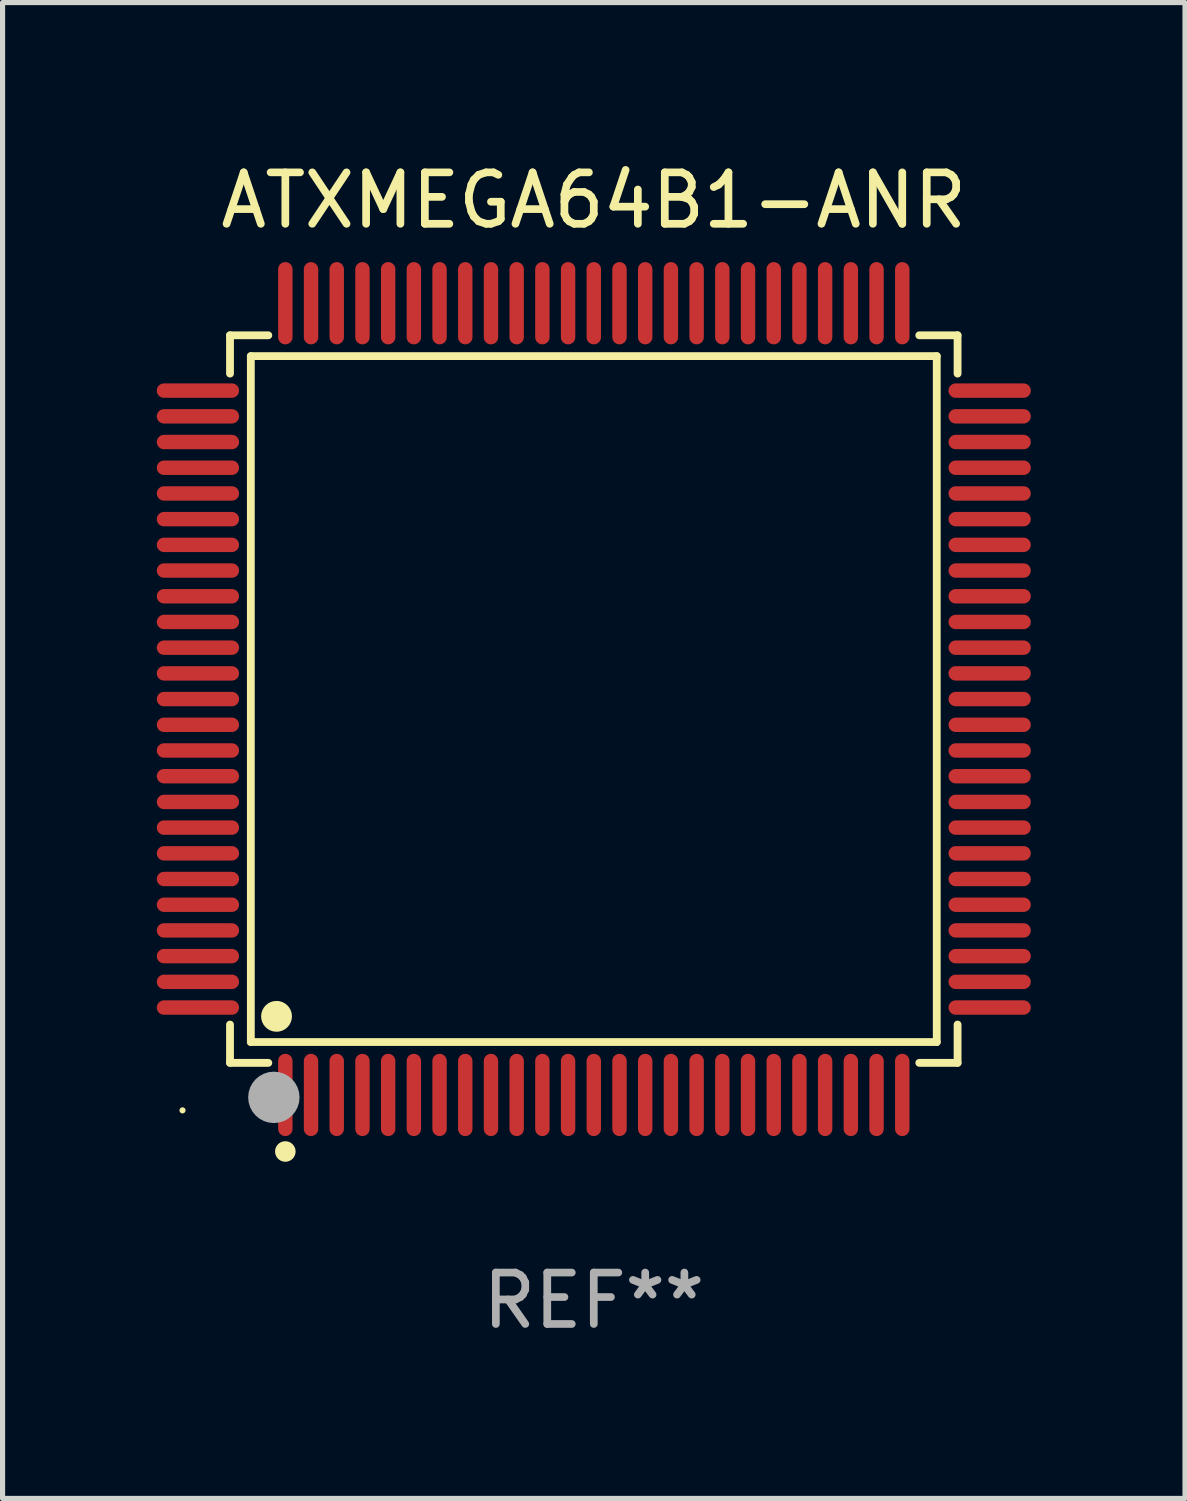
<source format=kicad_pcb>
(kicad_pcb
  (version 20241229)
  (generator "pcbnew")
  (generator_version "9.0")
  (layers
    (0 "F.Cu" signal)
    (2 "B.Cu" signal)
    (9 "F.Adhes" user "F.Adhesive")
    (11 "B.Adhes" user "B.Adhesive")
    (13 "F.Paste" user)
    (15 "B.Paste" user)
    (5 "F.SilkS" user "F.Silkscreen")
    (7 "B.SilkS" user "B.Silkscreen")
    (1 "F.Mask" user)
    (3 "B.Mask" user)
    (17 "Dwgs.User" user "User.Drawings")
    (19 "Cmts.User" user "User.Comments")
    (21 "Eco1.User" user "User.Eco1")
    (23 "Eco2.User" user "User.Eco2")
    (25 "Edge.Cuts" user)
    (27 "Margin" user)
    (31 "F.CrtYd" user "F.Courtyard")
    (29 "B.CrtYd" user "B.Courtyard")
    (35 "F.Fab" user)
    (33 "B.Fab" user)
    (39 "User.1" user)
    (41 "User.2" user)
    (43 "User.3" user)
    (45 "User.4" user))
  (footprint "ATXMEGA64B1-ANR"
    (layer "F.Cu")
    (at 8.5 10.548)
    (property "Reference" "ATXMEGA64B1-ANR" (at 0 -9.7 0) (layer "F.SilkS") (effects (font (size 1 1) (thickness 0.15))))
    (attr through_hole)
    (fp_line (start -7.076 -7.076) (end -6.331 -7.076) (stroke (width 0.152) (type solid)) (layer "F.SilkS"))
    (fp_line (start -7.076 -6.331) (end -7.076 -7.076) (stroke (width 0.152) (type solid)) (layer "F.SilkS"))
    (fp_line (start -7.076 6.331) (end -7.076 7.076) (stroke (width 0.152) (type solid)) (layer "F.SilkS"))
    (fp_line (start -7.076 7.076) (end -6.331 7.076) (stroke (width 0.152) (type solid)) (layer "F.SilkS"))
    (fp_line (start -6.671 -6.671) (end 6.671 -6.671) (stroke (width 0.152) (type solid)) (layer "F.SilkS"))
    (fp_line (start -6.671 6.671) (end -6.671 -6.671) (stroke (width 0.152) (type solid)) (layer "F.SilkS"))
    (fp_line (start 6.671 -6.671) (end 6.671 6.671) (stroke (width 0.152) (type solid)) (layer "F.SilkS"))
    (fp_line (start 6.671 6.671) (end -6.671 6.671) (stroke (width 0.152) (type solid)) (layer "F.SilkS"))
    (fp_line (start 7.076 -7.076) (end 6.331 -7.076) (stroke (width 0.152) (type solid)) (layer "F.SilkS"))
    (fp_line (start 7.076 -6.331) (end 7.076 -7.076) (stroke (width 0.152) (type solid)) (layer "F.SilkS"))
    (fp_line (start 7.076 6.331) (end 7.076 7.076) (stroke (width 0.152) (type solid)) (layer "F.SilkS"))
    (fp_line (start 7.076 7.076) (end 6.331 7.076) (stroke (width 0.152) (type solid)) (layer "F.SilkS"))
    (fp_circle (center -8 8) (end -7.97 8) (stroke (width 0.06) (type solid)) (fill no) (layer "F.SilkS"))
    (fp_circle (center -6.171 6.171) (end -6.021 6.171) (stroke (width 0.3) (type solid)) (fill no) (layer "F.SilkS"))
    (fp_circle (center -6 8.8) (end -5.9 8.8) (stroke (width 0.2) (type solid)) (fill no) (layer "F.SilkS"))
    (fp_circle (center -6.223 7.747) (end -5.973 7.747) (stroke (width 0.5) (type solid)) (fill no) (layer "F.Fab"))
    (fp_text user "REF**" (at 0 11.7 0) (layer "F.Fab") (effects (font (size 1 1) (thickness 0.15))))
    (pad "1" smd oval (at -6 7.7) (size 0.28 1.6) (layers "F.Cu" "F.Mask" "F.Paste"))
    (pad "2" smd oval (at -5.5 7.7) (size 0.28 1.6) (layers "F.Cu" "F.Mask" "F.Paste"))
    (pad "3" smd oval (at -5 7.7) (size 0.28 1.6) (layers "F.Cu" "F.Mask" "F.Paste"))
    (pad "4" smd oval (at -4.5 7.7) (size 0.28 1.6) (layers "F.Cu" "F.Mask" "F.Paste"))
    (pad "5" smd oval (at -4 7.7) (size 0.28 1.6) (layers "F.Cu" "F.Mask" "F.Paste"))
    (pad "6" smd oval (at -3.5 7.7) (size 0.28 1.6) (layers "F.Cu" "F.Mask" "F.Paste"))
    (pad "7" smd oval (at -3 7.7) (size 0.28 1.6) (layers "F.Cu" "F.Mask" "F.Paste"))
    (pad "8" smd oval (at -2.5 7.7) (size 0.28 1.6) (layers "F.Cu" "F.Mask" "F.Paste"))
    (pad "9" smd oval (at -2 7.7) (size 0.28 1.6) (layers "F.Cu" "F.Mask" "F.Paste"))
    (pad "10" smd oval (at -1.5 7.7) (size 0.28 1.6) (layers "F.Cu" "F.Mask" "F.Paste"))
    (pad "11" smd oval (at -1 7.7) (size 0.28 1.6) (layers "F.Cu" "F.Mask" "F.Paste"))
    (pad "12" smd oval (at -0.5 7.7) (size 0.28 1.6) (layers "F.Cu" "F.Mask" "F.Paste"))
    (pad "13" smd oval (at 0 7.7) (size 0.28 1.6) (layers "F.Cu" "F.Mask" "F.Paste"))
    (pad "14" smd oval (at 0.5 7.7) (size 0.28 1.6) (layers "F.Cu" "F.Mask" "F.Paste"))
    (pad "15" smd oval (at 1 7.7) (size 0.28 1.6) (layers "F.Cu" "F.Mask" "F.Paste"))
    (pad "16" smd oval (at 1.5 7.7) (size 0.28 1.6) (layers "F.Cu" "F.Mask" "F.Paste"))
    (pad "17" smd oval (at 2 7.7) (size 0.28 1.6) (layers "F.Cu" "F.Mask" "F.Paste"))
    (pad "18" smd oval (at 2.5 7.7) (size 0.28 1.6) (layers "F.Cu" "F.Mask" "F.Paste"))
    (pad "19" smd oval (at 3 7.7) (size 0.28 1.6) (layers "F.Cu" "F.Mask" "F.Paste"))
    (pad "20" smd oval (at 3.5 7.7) (size 0.28 1.6) (layers "F.Cu" "F.Mask" "F.Paste"))
    (pad "21" smd oval (at 4 7.7) (size 0.28 1.6) (layers "F.Cu" "F.Mask" "F.Paste"))
    (pad "22" smd oval (at 4.5 7.7) (size 0.28 1.6) (layers "F.Cu" "F.Mask" "F.Paste"))
    (pad "23" smd oval (at 5 7.7) (size 0.28 1.6) (layers "F.Cu" "F.Mask" "F.Paste"))
    (pad "24" smd oval (at 5.5 7.7) (size 0.28 1.6) (layers "F.Cu" "F.Mask" "F.Paste"))
    (pad "25" smd oval (at 6 7.7) (size 0.28 1.6) (layers "F.Cu" "F.Mask" "F.Paste"))
    (pad "26" smd oval (at 7.7 6) (size 1.6 0.28) (layers "F.Cu" "F.Mask" "F.Paste"))
    (pad "27" smd oval (at 7.7 5.5) (size 1.6 0.28) (layers "F.Cu" "F.Mask" "F.Paste"))
    (pad "28" smd oval (at 7.7 5) (size 1.6 0.28) (layers "F.Cu" "F.Mask" "F.Paste"))
    (pad "29" smd oval (at 7.7 4.5) (size 1.6 0.28) (layers "F.Cu" "F.Mask" "F.Paste"))
    (pad "30" smd oval (at 7.7 4) (size 1.6 0.28) (layers "F.Cu" "F.Mask" "F.Paste"))
    (pad "31" smd oval (at 7.7 3.5) (size 1.6 0.28) (layers "F.Cu" "F.Mask" "F.Paste"))
    (pad "32" smd oval (at 7.7 3) (size 1.6 0.28) (layers "F.Cu" "F.Mask" "F.Paste"))
    (pad "33" smd oval (at 7.7 2.5) (size 1.6 0.28) (layers "F.Cu" "F.Mask" "F.Paste"))
    (pad "34" smd oval (at 7.7 2) (size 1.6 0.28) (layers "F.Cu" "F.Mask" "F.Paste"))
    (pad "35" smd oval (at 7.7 1.5) (size 1.6 0.28) (layers "F.Cu" "F.Mask" "F.Paste"))
    (pad "36" smd oval (at 7.7 1) (size 1.6 0.28) (layers "F.Cu" "F.Mask" "F.Paste"))
    (pad "37" smd oval (at 7.7 0.5) (size 1.6 0.28) (layers "F.Cu" "F.Mask" "F.Paste"))
    (pad "38" smd oval (at 7.7 0) (size 1.6 0.28) (layers "F.Cu" "F.Mask" "F.Paste"))
    (pad "39" smd oval (at 7.7 -0.5) (size 1.6 0.28) (layers "F.Cu" "F.Mask" "F.Paste"))
    (pad "40" smd oval (at 7.7 -1) (size 1.6 0.28) (layers "F.Cu" "F.Mask" "F.Paste"))
    (pad "41" smd oval (at 7.7 -1.5) (size 1.6 0.28) (layers "F.Cu" "F.Mask" "F.Paste"))
    (pad "42" smd oval (at 7.7 -2) (size 1.6 0.28) (layers "F.Cu" "F.Mask" "F.Paste"))
    (pad "43" smd oval (at 7.7 -2.5) (size 1.6 0.28) (layers "F.Cu" "F.Mask" "F.Paste"))
    (pad "44" smd oval (at 7.7 -3) (size 1.6 0.28) (layers "F.Cu" "F.Mask" "F.Paste"))
    (pad "45" smd oval (at 7.7 -3.5) (size 1.6 0.28) (layers "F.Cu" "F.Mask" "F.Paste"))
    (pad "46" smd oval (at 7.7 -4) (size 1.6 0.28) (layers "F.Cu" "F.Mask" "F.Paste"))
    (pad "47" smd oval (at 7.7 -4.5) (size 1.6 0.28) (layers "F.Cu" "F.Mask" "F.Paste"))
    (pad "48" smd oval (at 7.7 -5) (size 1.6 0.28) (layers "F.Cu" "F.Mask" "F.Paste"))
    (pad "49" smd oval (at 7.7 -5.5) (size 1.6 0.28) (layers "F.Cu" "F.Mask" "F.Paste"))
    (pad "50" smd oval (at 7.7 -6) (size 1.6 0.28) (layers "F.Cu" "F.Mask" "F.Paste"))
    (pad "51" smd oval (at 6 -7.7) (size 0.28 1.6) (layers "F.Cu" "F.Mask" "F.Paste"))
    (pad "52" smd oval (at 5.5 -7.7) (size 0.28 1.6) (layers "F.Cu" "F.Mask" "F.Paste"))
    (pad "53" smd oval (at 5 -7.7) (size 0.28 1.6) (layers "F.Cu" "F.Mask" "F.Paste"))
    (pad "54" smd oval (at 4.5 -7.7) (size 0.28 1.6) (layers "F.Cu" "F.Mask" "F.Paste"))
    (pad "55" smd oval (at 4 -7.7) (size 0.28 1.6) (layers "F.Cu" "F.Mask" "F.Paste"))
    (pad "56" smd oval (at 3.5 -7.7) (size 0.28 1.6) (layers "F.Cu" "F.Mask" "F.Paste"))
    (pad "57" smd oval (at 3 -7.7) (size 0.28 1.6) (layers "F.Cu" "F.Mask" "F.Paste"))
    (pad "58" smd oval (at 2.5 -7.7) (size 0.28 1.6) (layers "F.Cu" "F.Mask" "F.Paste"))
    (pad "59" smd oval (at 2 -7.7) (size 0.28 1.6) (layers "F.Cu" "F.Mask" "F.Paste"))
    (pad "60" smd oval (at 1.5 -7.7) (size 0.28 1.6) (layers "F.Cu" "F.Mask" "F.Paste"))
    (pad "61" smd oval (at 1 -7.7) (size 0.28 1.6) (layers "F.Cu" "F.Mask" "F.Paste"))
    (pad "62" smd oval (at 0.5 -7.7) (size 0.28 1.6) (layers "F.Cu" "F.Mask" "F.Paste"))
    (pad "63" smd oval (at 0 -7.7) (size 0.28 1.6) (layers "F.Cu" "F.Mask" "F.Paste"))
    (pad "64" smd oval (at -0.5 -7.7) (size 0.28 1.6) (layers "F.Cu" "F.Mask" "F.Paste"))
    (pad "65" smd oval (at -1 -7.7) (size 0.28 1.6) (layers "F.Cu" "F.Mask" "F.Paste"))
    (pad "66" smd oval (at -1.5 -7.7) (size 0.28 1.6) (layers "F.Cu" "F.Mask" "F.Paste"))
    (pad "67" smd oval (at -2 -7.7) (size 0.28 1.6) (layers "F.Cu" "F.Mask" "F.Paste"))
    (pad "68" smd oval (at -2.5 -7.7) (size 0.28 1.6) (layers "F.Cu" "F.Mask" "F.Paste"))
    (pad "69" smd oval (at -3 -7.7) (size 0.28 1.6) (layers "F.Cu" "F.Mask" "F.Paste"))
    (pad "70" smd oval (at -3.5 -7.7) (size 0.28 1.6) (layers "F.Cu" "F.Mask" "F.Paste"))
    (pad "71" smd oval (at -4 -7.7) (size 0.28 1.6) (layers "F.Cu" "F.Mask" "F.Paste"))
    (pad "72" smd oval (at -4.5 -7.7) (size 0.28 1.6) (layers "F.Cu" "F.Mask" "F.Paste"))
    (pad "73" smd oval (at -5 -7.7) (size 0.28 1.6) (layers "F.Cu" "F.Mask" "F.Paste"))
    (pad "74" smd oval (at -5.5 -7.7) (size 0.28 1.6) (layers "F.Cu" "F.Mask" "F.Paste"))
    (pad "75" smd oval (at -6 -7.7) (size 0.28 1.6) (layers "F.Cu" "F.Mask" "F.Paste"))
    (pad "76" smd oval (at -7.7 -6) (size 1.6 0.28) (layers "F.Cu" "F.Mask" "F.Paste"))
    (pad "77" smd oval (at -7.7 -5.5) (size 1.6 0.28) (layers "F.Cu" "F.Mask" "F.Paste"))
    (pad "78" smd oval (at -7.7 -5) (size 1.6 0.28) (layers "F.Cu" "F.Mask" "F.Paste"))
    (pad "79" smd oval (at -7.7 -4.5) (size 1.6 0.28) (layers "F.Cu" "F.Mask" "F.Paste"))
    (pad "80" smd oval (at -7.7 -4) (size 1.6 0.28) (layers "F.Cu" "F.Mask" "F.Paste"))
    (pad "81" smd oval (at -7.7 -3.5) (size 1.6 0.28) (layers "F.Cu" "F.Mask" "F.Paste"))
    (pad "82" smd oval (at -7.7 -3) (size 1.6 0.28) (layers "F.Cu" "F.Mask" "F.Paste"))
    (pad "83" smd oval (at -7.7 -2.5) (size 1.6 0.28) (layers "F.Cu" "F.Mask" "F.Paste"))
    (pad "84" smd oval (at -7.7 -2) (size 1.6 0.28) (layers "F.Cu" "F.Mask" "F.Paste"))
    (pad "85" smd oval (at -7.7 -1.5) (size 1.6 0.28) (layers "F.Cu" "F.Mask" "F.Paste"))
    (pad "86" smd oval (at -7.7 -1) (size 1.6 0.28) (layers "F.Cu" "F.Mask" "F.Paste"))
    (pad "87" smd oval (at -7.7 -0.5) (size 1.6 0.28) (layers "F.Cu" "F.Mask" "F.Paste"))
    (pad "88" smd oval (at -7.7 0) (size 1.6 0.28) (layers "F.Cu" "F.Mask" "F.Paste"))
    (pad "89" smd oval (at -7.7 0.5) (size 1.6 0.28) (layers "F.Cu" "F.Mask" "F.Paste"))
    (pad "90" smd oval (at -7.7 1) (size 1.6 0.28) (layers "F.Cu" "F.Mask" "F.Paste"))
    (pad "91" smd oval (at -7.7 1.5) (size 1.6 0.28) (layers "F.Cu" "F.Mask" "F.Paste"))
    (pad "92" smd oval (at -7.7 2) (size 1.6 0.28) (layers "F.Cu" "F.Mask" "F.Paste"))
    (pad "93" smd oval (at -7.7 2.5) (size 1.6 0.28) (layers "F.Cu" "F.Mask" "F.Paste"))
    (pad "94" smd oval (at -7.7 3) (size 1.6 0.28) (layers "F.Cu" "F.Mask" "F.Paste"))
    (pad "95" smd oval (at -7.7 3.5) (size 1.6 0.28) (layers "F.Cu" "F.Mask" "F.Paste"))
    (pad "96" smd oval (at -7.7 4) (size 1.6 0.28) (layers "F.Cu" "F.Mask" "F.Paste"))
    (pad "97" smd oval (at -7.7 4.5) (size 1.6 0.28) (layers "F.Cu" "F.Mask" "F.Paste"))
    (pad "98" smd oval (at -7.7 5) (size 1.6 0.28) (layers "F.Cu" "F.Mask" "F.Paste"))
    (pad "99" smd oval (at -7.7 5.5) (size 1.6 0.28) (layers "F.Cu" "F.Mask" "F.Paste"))
    (pad "100" smd oval (at -7.7 6) (size 1.6 0.28) (layers "F.Cu" "F.Mask" "F.Paste")))
  (gr_rect
    (start -3 -3)
    (end 20 26.097)
    (stroke (width 0.1) (type default))
    (fill no)
    (layer "Edge.Cuts")))
</source>
